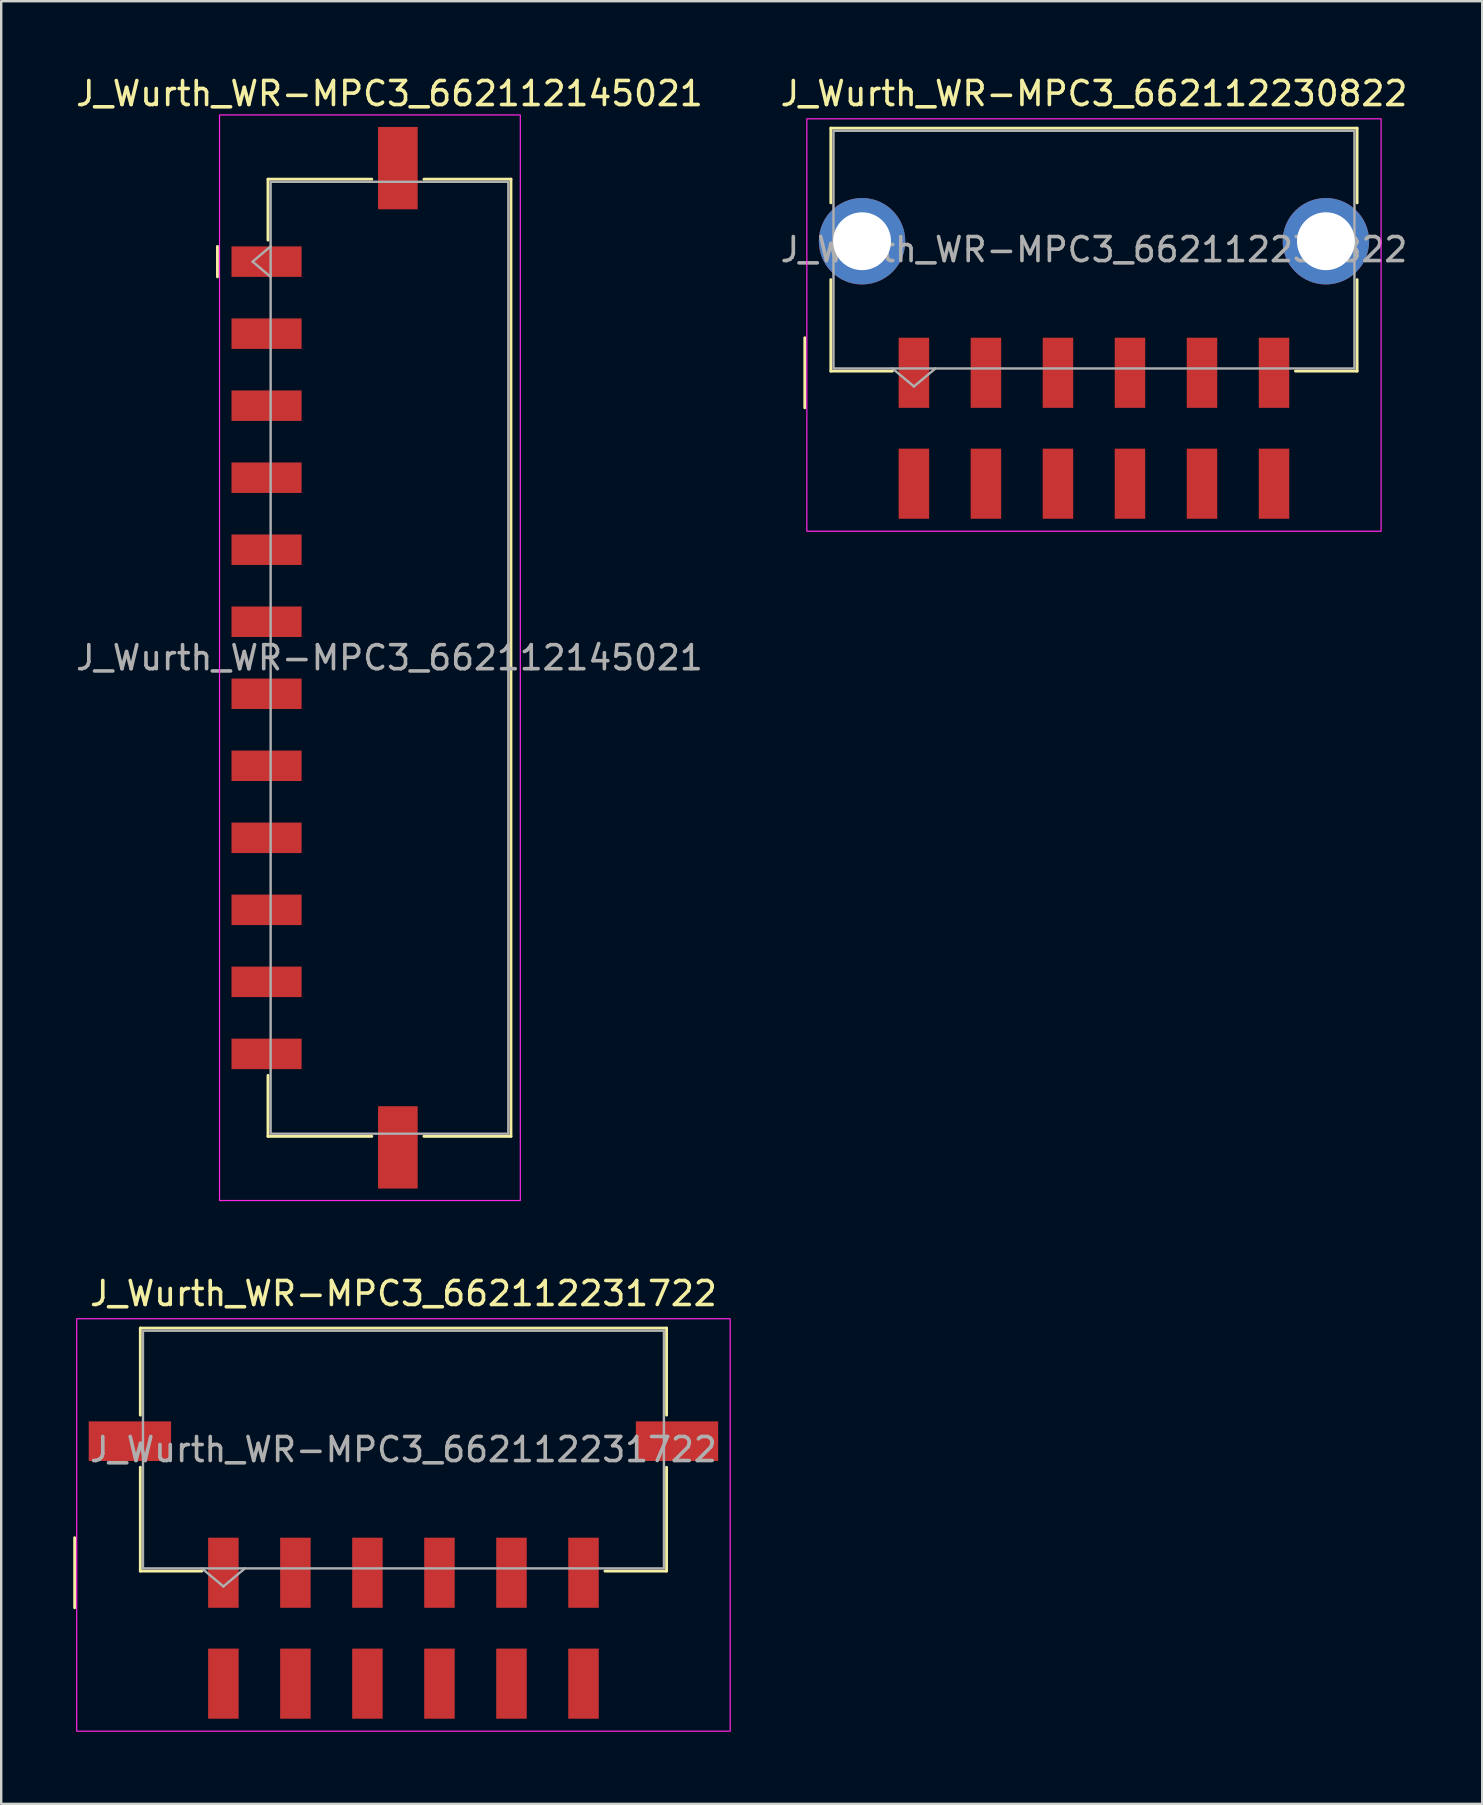
<source format=kicad_pcb>
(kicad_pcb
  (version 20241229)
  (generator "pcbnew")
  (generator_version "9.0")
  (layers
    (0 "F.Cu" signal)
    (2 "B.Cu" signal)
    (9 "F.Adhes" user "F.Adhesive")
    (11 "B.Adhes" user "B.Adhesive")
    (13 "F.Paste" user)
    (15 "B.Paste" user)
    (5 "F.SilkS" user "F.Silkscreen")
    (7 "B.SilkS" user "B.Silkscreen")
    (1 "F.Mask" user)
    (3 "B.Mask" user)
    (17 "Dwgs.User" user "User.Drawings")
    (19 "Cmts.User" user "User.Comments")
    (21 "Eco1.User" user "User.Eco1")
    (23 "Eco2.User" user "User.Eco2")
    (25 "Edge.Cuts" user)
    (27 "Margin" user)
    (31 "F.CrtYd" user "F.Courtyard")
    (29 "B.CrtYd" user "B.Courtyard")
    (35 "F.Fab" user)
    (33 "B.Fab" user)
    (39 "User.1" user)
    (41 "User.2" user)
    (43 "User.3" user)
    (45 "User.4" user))
  (footprint "J_Wurth_WR-MPC3_662112145021"
    (layer "F.Cu")
    (at 13.173 24.348)
    (property "Reference" "J_Wurth_WR-MPC3_662112145021" (at 0 -23.5 0) (unlocked yes) (layer "F.SilkS") (effects (font (size 1 1) (thickness 0.15))))
    (attr smd)
    (fp_line (start -7.165 -17.135) (end -7.165 -15.865) (stroke (width 0.12) (type solid)) (layer "F.SilkS"))
    (fp_line (start -5.06 -17.395) (end -5.06 -19.935) (stroke (width 0.12) (type default)) (layer "F.SilkS"))
    (fp_line (start -5.06 19.935) (end -5.06 17.395) (stroke (width 0.12) (type default)) (layer "F.SilkS"))
    (fp_line (start -0.735 -19.935) (end -5.06 -19.935) (stroke (width 0.12) (type default)) (layer "F.SilkS"))
    (fp_line (start -0.735 19.935) (end -5.06 19.935) (stroke (width 0.12) (type default)) (layer "F.SilkS"))
    (fp_line (start 5.06 -19.935) (end 1.435 -19.935) (stroke (width 0.12) (type solid)) (layer "F.SilkS"))
    (fp_line (start 5.06 -19.935) (end 5.06 19.935) (stroke (width 0.12) (type solid)) (layer "F.SilkS"))
    (fp_line (start 5.06 19.935) (end 1.435 19.935) (stroke (width 0.12) (type solid)) (layer "F.SilkS"))
    (fp_rect (start -7.08 -22.61) (end 5.45 22.61) (stroke (width 0.05) (type solid)) (fill no) (layer "F.CrtYd"))
    (fp_line (start -5.7 -16.5) (end -4.95 -17.135) (stroke (width 0.1) (type solid)) (layer "F.Fab"))
    (fp_line (start -5.7 -16.5) (end -4.95 -15.865) (stroke (width 0.1) (type solid)) (layer "F.Fab"))
    (fp_rect (start -4.95 -19.825) (end 4.95 19.825) (stroke (width 0.1) (type solid)) (fill no) (layer "F.Fab"))
    (fp_text user "${REFERENCE}" (at 0 0 0) (unlocked yes) (layer "F.Fab") (effects (font (size 1 1) (thickness 0.15))))
    (pad "1" smd rect (at -5.12 -16.5 90) (size 1.27 2.92) (layers "F.Cu" "F.Mask" "F.Paste"))
    (pad "2" smd rect (at -5.12 -13.5 90) (size 1.27 2.92) (layers "F.Cu" "F.Mask" "F.Paste"))
    (pad "3" smd rect (at -5.12 -10.5 90) (size 1.27 2.92) (layers "F.Cu" "F.Mask" "F.Paste"))
    (pad "4" smd rect (at -5.12 -7.5 90) (size 1.27 2.92) (layers "F.Cu" "F.Mask" "F.Paste"))
    (pad "5" smd rect (at -5.12 -4.5 90) (size 1.27 2.92) (layers "F.Cu" "F.Mask" "F.Paste"))
    (pad "6" smd rect (at -5.12 -1.5 90) (size 1.27 2.92) (layers "F.Cu" "F.Mask" "F.Paste"))
    (pad "7" smd rect (at -5.12 1.5 90) (size 1.27 2.92) (layers "F.Cu" "F.Mask" "F.Paste"))
    (pad "8" smd rect (at -5.12 4.5 90) (size 1.27 2.92) (layers "F.Cu" "F.Mask" "F.Paste"))
    (pad "9" smd rect (at -5.12 7.5 90) (size 1.27 2.92) (layers "F.Cu" "F.Mask" "F.Paste"))
    (pad "10" smd rect (at -5.12 10.5 90) (size 1.27 2.92) (layers "F.Cu" "F.Mask" "F.Paste"))
    (pad "11" smd rect (at -5.12 13.5 90) (size 1.27 2.92) (layers "F.Cu" "F.Mask" "F.Paste"))
    (pad "12" smd rect (at -5.12 16.5 90) (size 1.27 2.92) (layers "F.Cu" "F.Mask" "F.Paste"))
    (pad "MP1" smd rect (at 0.35 20.395 90) (size 3.43 1.65) (layers "F.Cu" "F.Mask" "F.Paste"))
    (pad "MP2" smd rect (at 0.35 -20.395 90) (size 3.43 1.65) (layers "F.Cu" "F.Mask" "F.Paste")))
  (footprint "J_Wurth_WR-MPC3_662112231722"
    (layer "F.Cu")
    (at 13.755 57.331)
    (property "Reference" "J_Wurth_WR-MPC3_662112231722" (at 0 -6.5 0) (unlocked yes) (layer "F.SilkS") (effects (font (size 1 1) (thickness 0.15))))
    (attr smd)
    (fp_line (start -13.695 6.59) (end -13.695 3.67) (stroke (width 0.12) (type solid)) (layer "F.SilkS"))
    (fp_line (start -10.96 -5.06) (end -10.96 -1.435) (stroke (width 0.12) (type solid)) (layer "F.SilkS"))
    (fp_line (start -10.96 -5.06) (end 10.96 -5.06) (stroke (width 0.12) (type default)) (layer "F.SilkS"))
    (fp_line (start -10.96 0.735) (end -10.96 5.06) (stroke (width 0.12) (type solid)) (layer "F.SilkS"))
    (fp_line (start -8.395 5.06) (end -10.96 5.06) (stroke (width 0.12) (type solid)) (layer "F.SilkS"))
    (fp_line (start 10.96 -5.06) (end 10.96 -1.435) (stroke (width 0.12) (type solid)) (layer "F.SilkS"))
    (fp_line (start 10.96 0.735) (end 10.96 5.06) (stroke (width 0.12) (type solid)) (layer "F.SilkS"))
    (fp_line (start 10.96 5.06) (end 8.395 5.06) (stroke (width 0.12) (type solid)) (layer "F.SilkS"))
    (fp_rect (start -13.61 -5.45) (end 13.61 11.73) (stroke (width 0.05) (type solid)) (fill no) (layer "F.CrtYd"))
    (fp_line (start -7.5 5.7) (end -8.395 4.95) (stroke (width 0.1) (type solid)) (layer "F.Fab"))
    (fp_line (start -7.5 5.7) (end -6.605 4.95) (stroke (width 0.1) (type solid)) (layer "F.Fab"))
    (fp_rect (start -10.85 -4.95) (end 10.85 4.95) (stroke (width 0.1) (type solid)) (fill no) (layer "F.Fab"))
    (fp_text user "${REFERENCE}" (at 0 0 0) (unlocked yes) (layer "F.Fab") (effects (font (size 1 1) (thickness 0.15))))
    (pad "1" smd rect (at -7.5 5.13 180) (size 1.27 2.92) (layers "F.Cu" "F.Mask" "F.Paste"))
    (pad "2" smd rect (at -4.5 5.13 180) (size 1.27 2.92) (layers "F.Cu" "F.Mask" "F.Paste"))
    (pad "3" smd rect (at -1.5 5.13 180) (size 1.27 2.92) (layers "F.Cu" "F.Mask" "F.Paste"))
    (pad "4" smd rect (at 1.5 5.13 180) (size 1.27 2.92) (layers "F.Cu" "F.Mask" "F.Paste"))
    (pad "5" smd rect (at 4.5 5.13 180) (size 1.27 2.92) (layers "F.Cu" "F.Mask" "F.Paste"))
    (pad "6" smd rect (at 7.5 5.13 180) (size 1.27 2.92) (layers "F.Cu" "F.Mask" "F.Paste"))
    (pad "7" smd rect (at -7.5 9.75 180) (size 1.27 2.92) (layers "F.Cu" "F.Mask" "F.Paste"))
    (pad "8" smd rect (at -4.5 9.75 180) (size 1.27 2.92) (layers "F.Cu" "F.Mask" "F.Paste"))
    (pad "9" smd rect (at -1.5 9.75 180) (size 1.27 2.92) (layers "F.Cu" "F.Mask" "F.Paste"))
    (pad "10" smd rect (at 1.5 9.75 180) (size 1.27 2.92) (layers "F.Cu" "F.Mask" "F.Paste"))
    (pad "11" smd rect (at 4.5 9.75 180) (size 1.27 2.92) (layers "F.Cu" "F.Mask" "F.Paste"))
    (pad "12" smd rect (at 7.5 9.75 180) (size 1.27 2.92) (layers "F.Cu" "F.Mask" "F.Paste"))
    (pad "MP1" smd rect (at 11.395 -0.35 180) (size 3.43 1.65) (layers "F.Cu" "F.Mask" "F.Paste"))
    (pad "MP2" smd rect (at -11.395 -0.35 180) (size 3.43 1.65) (layers "F.Cu" "F.Mask" "F.Paste")))
  (footprint "J_Wurth_WR-MPC3_662112230822"
    (layer "F.Cu")
    (at 42.518 7.348)
    (property "Reference" "J_Wurth_WR-MPC3_662112230822" (at 0 -6.5 0) (unlocked yes) (layer "F.SilkS") (effects (font (size 1 1) (thickness 0.15))))
    (attr smd)
    (fp_line (start -12.045 6.59) (end -12.045 3.67) (stroke (width 0.12) (type solid)) (layer "F.SilkS"))
    (fp_line (start -10.96 -5.06) (end -10.96 -1.948) (stroke (width 0.12) (type default)) (layer "F.SilkS"))
    (fp_line (start -10.96 -5.06) (end 10.96 -5.06) (stroke (width 0.12) (type default)) (layer "F.SilkS"))
    (fp_line (start -10.96 1.248) (end -10.96 5.06) (stroke (width 0.12) (type default)) (layer "F.SilkS"))
    (fp_line (start -8.395 5.06) (end -10.96 5.06) (stroke (width 0.12) (type solid)) (layer "F.SilkS"))
    (fp_line (start 10.96 -5.06) (end 10.96 -1.948) (stroke (width 0.12) (type default)) (layer "F.SilkS"))
    (fp_line (start 10.96 1.248) (end 10.96 5.06) (stroke (width 0.12) (type default)) (layer "F.SilkS"))
    (fp_line (start 10.96 5.06) (end 8.395 5.06) (stroke (width 0.12) (type solid)) (layer "F.SilkS"))
    (fp_rect (start -11.96 -5.45) (end 11.96 11.73) (stroke (width 0.05) (type solid)) (fill no) (layer "F.CrtYd"))
    (fp_line (start -7.5 5.7) (end -8.395 4.95) (stroke (width 0.1) (type solid)) (layer "F.Fab"))
    (fp_line (start -7.5 5.7) (end -6.605 4.95) (stroke (width 0.1) (type solid)) (layer "F.Fab"))
    (fp_rect (start -10.85 -4.95) (end 10.85 4.95) (stroke (width 0.1) (type solid)) (fill no) (layer "F.Fab"))
    (fp_text user "${REFERENCE}" (at 0 0 0) (unlocked yes) (layer "F.Fab") (effects (font (size 1 1) (thickness 0.15))))
    (pad "1" smd rect (at -7.5 5.13 180) (size 1.27 2.92) (layers "F.Cu" "F.Mask" "F.Paste"))
    (pad "2" smd rect (at -4.5 5.13 180) (size 1.27 2.92) (layers "F.Cu" "F.Mask" "F.Paste"))
    (pad "3" smd rect (at -1.5 5.13 180) (size 1.27 2.92) (layers "F.Cu" "F.Mask" "F.Paste"))
    (pad "4" smd rect (at 1.5 5.13 180) (size 1.27 2.92) (layers "F.Cu" "F.Mask" "F.Paste"))
    (pad "5" smd rect (at 4.5 5.13 180) (size 1.27 2.92) (layers "F.Cu" "F.Mask" "F.Paste"))
    (pad "6" smd rect (at 7.5 5.13 180) (size 1.27 2.92) (layers "F.Cu" "F.Mask" "F.Paste"))
    (pad "7" smd rect (at -7.5 9.75 180) (size 1.27 2.92) (layers "F.Cu" "F.Mask" "F.Paste"))
    (pad "8" smd rect (at -4.5 9.75 180) (size 1.27 2.92) (layers "F.Cu" "F.Mask" "F.Paste"))
    (pad "9" smd rect (at -1.5 9.75 180) (size 1.27 2.92) (layers "F.Cu" "F.Mask" "F.Paste"))
    (pad "10" smd rect (at 1.5 9.75 180) (size 1.27 2.92) (layers "F.Cu" "F.Mask" "F.Paste"))
    (pad "11" smd rect (at 4.5 9.75 180) (size 1.27 2.92) (layers "F.Cu" "F.Mask" "F.Paste"))
    (pad "12" smd rect (at 7.5 9.75 180) (size 1.27 2.92) (layers "F.Cu" "F.Mask" "F.Paste"))
    (pad "MP1" thru_hole circle (at 9.66 -0.35 180) (size 3.6 3.6) (drill 2.41) (layers "*.Cu" "*.Mask"))
    (pad "MP2" thru_hole circle (at -9.66 -0.35 180) (size 3.6 3.6) (drill 2.41) (layers "*.Cu" "*.Mask")))
  (gr_rect
    (start -3 -3)
    (end 58.69 72.087)
    (stroke (width 0.1) (type default))
    (fill no)
    (layer "Edge.Cuts")))
</source>
